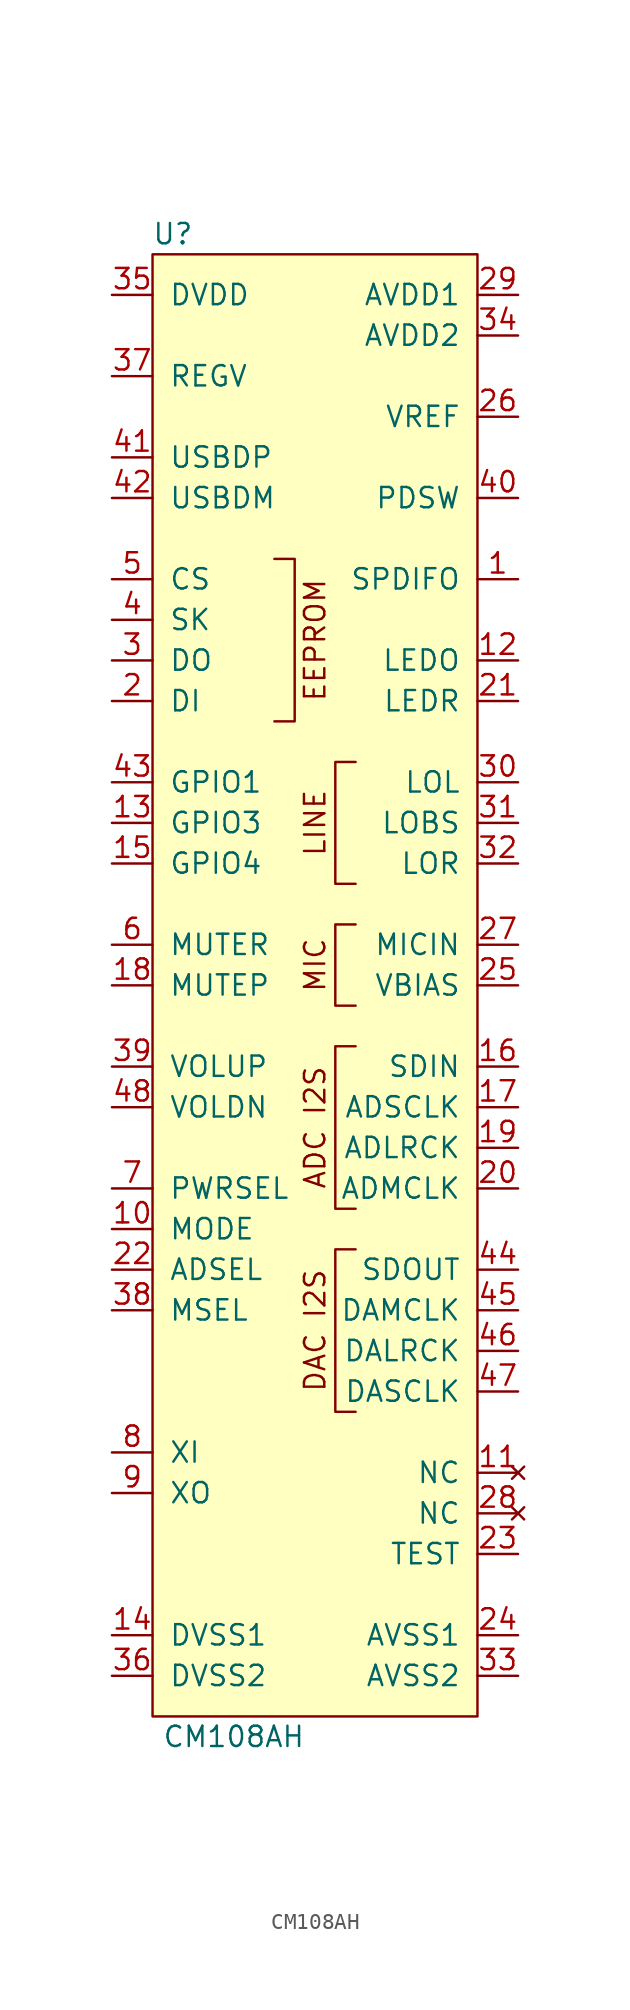
<source format=kicad_sym>
(kicad_symbol_lib
  (version 20231120)
  (generator "kicad_symbol_editor")
  (generator_version "8.0")
  (symbol "CM108AH"
    (pin_names
      (offset 1.016))
    (property "Reference" "U"
      (at -8.89 44.45 0)
      (effects (font (size 1.27 1.27))))
    (property "Value" "CM108AH"
      (at -5.08 -49.53 0)
      (effects (font (size 1.27 1.27))))
    (symbol "CM108AH_0_0"
      (polyline (pts (xy -2.54 13.97) (xy -1.27 13.97) (xy -1.27 24.13) (xy -2.54 24.13)) (stroke (width 0) (type solid)) (fill (type none)))
      (polyline (pts (xy 2.54 -19.05) (xy 1.27 -19.05) (xy 1.27 -29.21) (xy 2.54 -29.21)) (stroke (width 0) (type solid)) (fill (type none)))
      (polyline (pts (xy 2.54 -6.35) (xy 1.27 -6.35) (xy 1.27 -16.51) (xy 2.54 -16.51)) (stroke (width 0) (type solid)) (fill (type none)))
      (polyline (pts (xy 2.54 11.43) (xy 1.27 11.43) (xy 1.27 3.81) (xy 2.54 3.81)) (stroke (width 0) (type solid)) (fill (type none)))
      (text "ADC I2S" (at 0 -11.43 900) (effects (font (size 1.27 1.27))))
      (text "DAC I2S" (at 0 -24.13 900) (effects (font (size 1.27 1.27))))
      (text "EEPROM" (at 0 19.05 900) (effects (font (size 1.27 1.27))))
      (text "LINE" (at 0 7.62 900) (effects (font (size 1.27 1.27))))
      (text "MIC" (at 0 -1.27 900) (effects (font (size 1.27 1.27)))))
    (symbol "CM108AH_0_1"
      (rectangle (start -10.16 43.18) (end 10.16 -48.26) (stroke (width 0) (type solid)) (fill (type background)))
      (polyline (pts (xy 2.54 -3.81) (xy 1.27 -3.81) (xy 1.27 1.27) (xy 2.54 1.27)) (stroke (width 0) (type solid)) (fill (type none))))
    (symbol "CM108AH_1_1"
      (pin output line (at 12.7 22.86 180) (length 2.54) (name "SPDIFO" (effects (font (size 1.27 1.27)))) (number "1" (effects (font (size 1.27 1.27)))))
      (pin input line (at -12.7 -17.78 0) (length 2.54) (name "MODE" (effects (font (size 1.27 1.27)))) (number "10" (effects (font (size 1.27 1.27)))))
      (pin no_connect line (at 12.7 -33.02 180) (length 2.54) (name "NC" (effects (font (size 1.27 1.27)))) (number "11" (effects (font (size 1.27 1.27)))))
      (pin output line (at 12.7 17.78 180) (length 2.54) (name "LEDO" (effects (font (size 1.27 1.27)))) (number "12" (effects (font (size 1.27 1.27)))))
      (pin bidirectional line (at -12.7 7.62 0) (length 2.54) (name "GPIO3" (effects (font (size 1.27 1.27)))) (number "13" (effects (font (size 1.27 1.27)))))
      (pin power_in line (at -12.7 -43.18 0) (length 2.54) (name "DVSS1" (effects (font (size 1.27 1.27)))) (number "14" (effects (font (size 1.27 1.27)))))
      (pin bidirectional line (at -12.7 5.08 0) (length 2.54) (name "GPIO4" (effects (font (size 1.27 1.27)))) (number "15" (effects (font (size 1.27 1.27)))))
      (pin bidirectional line (at 12.7 -7.62 180) (length 2.54) (name "SDIN" (effects (font (size 1.27 1.27)))) (number "16" (effects (font (size 1.27 1.27)))))
      (pin bidirectional line (at 12.7 -10.16 180) (length 2.54) (name "ADSCLK" (effects (font (size 1.27 1.27)))) (number "17" (effects (font (size 1.27 1.27)))))
      (pin passive line (at -12.7 -2.54 0) (length 2.54) (name "MUTEP" (effects (font (size 1.27 1.27)))) (number "18" (effects (font (size 1.27 1.27)))))
      (pin output line (at 12.7 -12.7 180) (length 2.54) (name "ADLRCK" (effects (font (size 1.27 1.27)))) (number "19" (effects (font (size 1.27 1.27)))))
      (pin bidirectional line (at -12.7 15.24 0) (length 2.54) (name "DI" (effects (font (size 1.27 1.27)))) (number "2" (effects (font (size 1.27 1.27)))))
      (pin bidirectional line (at 12.7 -15.24 180) (length 2.54) (name "ADMCLK" (effects (font (size 1.27 1.27)))) (number "20" (effects (font (size 1.27 1.27)))))
      (pin output line (at 12.7 15.24 180) (length 2.54) (name "LEDR" (effects (font (size 1.27 1.27)))) (number "21" (effects (font (size 1.27 1.27)))))
      (pin input line (at -12.7 -20.32 0) (length 2.54) (name "ADSEL" (effects (font (size 1.27 1.27)))) (number "22" (effects (font (size 1.27 1.27)))))
      (pin input line (at 12.7 -38.1 180) (length 2.54) (name "TEST" (effects (font (size 1.27 1.27)))) (number "23" (effects (font (size 1.27 1.27)))))
      (pin power_in line (at 12.7 -43.18 180) (length 2.54) (name "AVSS1" (effects (font (size 1.27 1.27)))) (number "24" (effects (font (size 1.27 1.27)))))
      (pin power_out line (at 12.7 -2.54 180) (length 2.54) (name "VBIAS" (effects (font (size 1.27 1.27)))) (number "25" (effects (font (size 1.27 1.27)))))
      (pin passive line (at 12.7 33.02 180) (length 2.54) (name "VREF" (effects (font (size 1.27 1.27)))) (number "26" (effects (font (size 1.27 1.27)))))
      (pin input line (at 12.7 0 180) (length 2.54) (name "MICIN" (effects (font (size 1.27 1.27)))) (number "27" (effects (font (size 1.27 1.27)))))
      (pin no_connect line (at 12.7 -35.56 180) (length 2.54) (name "NC" (effects (font (size 1.27 1.27)))) (number "28" (effects (font (size 1.27 1.27)))))
      (pin power_in line (at 12.7 40.64 180) (length 2.54) (name "AVDD1" (effects (font (size 1.27 1.27)))) (number "29" (effects (font (size 1.27 1.27)))))
      (pin output line (at -12.7 17.78 0) (length 2.54) (name "DO" (effects (font (size 1.27 1.27)))) (number "3" (effects (font (size 1.27 1.27)))))
      (pin output line (at 12.7 10.16 180) (length 2.54) (name "LOL" (effects (font (size 1.27 1.27)))) (number "30" (effects (font (size 1.27 1.27)))))
      (pin output line (at 12.7 7.62 180) (length 2.54) (name "LOBS" (effects (font (size 1.27 1.27)))) (number "31" (effects (font (size 1.27 1.27)))))
      (pin output line (at 12.7 5.08 180) (length 2.54) (name "LOR" (effects (font (size 1.27 1.27)))) (number "32" (effects (font (size 1.27 1.27)))))
      (pin power_in line (at 12.7 -45.72 180) (length 2.54) (name "AVSS2" (effects (font (size 1.27 1.27)))) (number "33" (effects (font (size 1.27 1.27)))))
      (pin power_in line (at 12.7 38.1 180) (length 2.54) (name "AVDD2" (effects (font (size 1.27 1.27)))) (number "34" (effects (font (size 1.27 1.27)))))
      (pin power_in line (at -12.7 40.64 0) (length 2.54) (name "DVDD" (effects (font (size 1.27 1.27)))) (number "35" (effects (font (size 1.27 1.27)))))
      (pin power_in line (at -12.7 -45.72 0) (length 2.54) (name "DVSS2" (effects (font (size 1.27 1.27)))) (number "36" (effects (font (size 1.27 1.27)))))
      (pin power_out line (at -12.7 35.56 0) (length 2.54) (name "REGV" (effects (font (size 1.27 1.27)))) (number "37" (effects (font (size 1.27 1.27)))))
      (pin input line (at -12.7 -22.86 0) (length 2.54) (name "MSEL" (effects (font (size 1.27 1.27)))) (number "38" (effects (font (size 1.27 1.27)))))
      (pin passive line (at -12.7 -7.62 0) (length 2.54) (name "VOLUP" (effects (font (size 1.27 1.27)))) (number "39" (effects (font (size 1.27 1.27)))))
      (pin output line (at -12.7 20.32 0) (length 2.54) (name "SK" (effects (font (size 1.27 1.27)))) (number "4" (effects (font (size 1.27 1.27)))))
      (pin output line (at 12.7 27.94 180) (length 2.54) (name "PDSW" (effects (font (size 1.27 1.27)))) (number "40" (effects (font (size 1.27 1.27)))))
      (pin bidirectional line (at -12.7 30.48 0) (length 2.54) (name "USBDP" (effects (font (size 1.27 1.27)))) (number "41" (effects (font (size 1.27 1.27)))))
      (pin bidirectional line (at -12.7 27.94 0) (length 2.54) (name "USBDM" (effects (font (size 1.27 1.27)))) (number "42" (effects (font (size 1.27 1.27)))))
      (pin bidirectional line (at -12.7 10.16 0) (length 2.54) (name "GPIO1" (effects (font (size 1.27 1.27)))) (number "43" (effects (font (size 1.27 1.27)))))
      (pin output line (at 12.7 -20.32 180) (length 2.54) (name "SDOUT" (effects (font (size 1.27 1.27)))) (number "44" (effects (font (size 1.27 1.27)))))
      (pin output line (at 12.7 -22.86 180) (length 2.54) (name "DAMCLK" (effects (font (size 1.27 1.27)))) (number "45" (effects (font (size 1.27 1.27)))))
      (pin output line (at 12.7 -25.4 180) (length 2.54) (name "DALRCK" (effects (font (size 1.27 1.27)))) (number "46" (effects (font (size 1.27 1.27)))))
      (pin output line (at 12.7 -27.94 180) (length 2.54) (name "DASCLK" (effects (font (size 1.27 1.27)))) (number "47" (effects (font (size 1.27 1.27)))))
      (pin passive line (at -12.7 -10.16 0) (length 2.54) (name "VOLDN" (effects (font (size 1.27 1.27)))) (number "48" (effects (font (size 1.27 1.27)))))
      (pin output line (at -12.7 22.86 0) (length 2.54) (name "CS" (effects (font (size 1.27 1.27)))) (number "5" (effects (font (size 1.27 1.27)))))
      (pin passive line (at -12.7 0 0) (length 2.54) (name "MUTER" (effects (font (size 1.27 1.27)))) (number "6" (effects (font (size 1.27 1.27)))))
      (pin input line (at -12.7 -15.24 0) (length 2.54) (name "PWRSEL" (effects (font (size 1.27 1.27)))) (number "7" (effects (font (size 1.27 1.27)))))
      (pin input line (at -12.7 -31.75 0) (length 2.54) (name "XI" (effects (font (size 1.27 1.27)))) (number "8" (effects (font (size 1.27 1.27)))))
      (pin output line (at -12.7 -34.29 0) (length 2.54) (name "XO" (effects (font (size 1.27 1.27)))) (number "9" (effects (font (size 1.27 1.27))))))))
</source>
